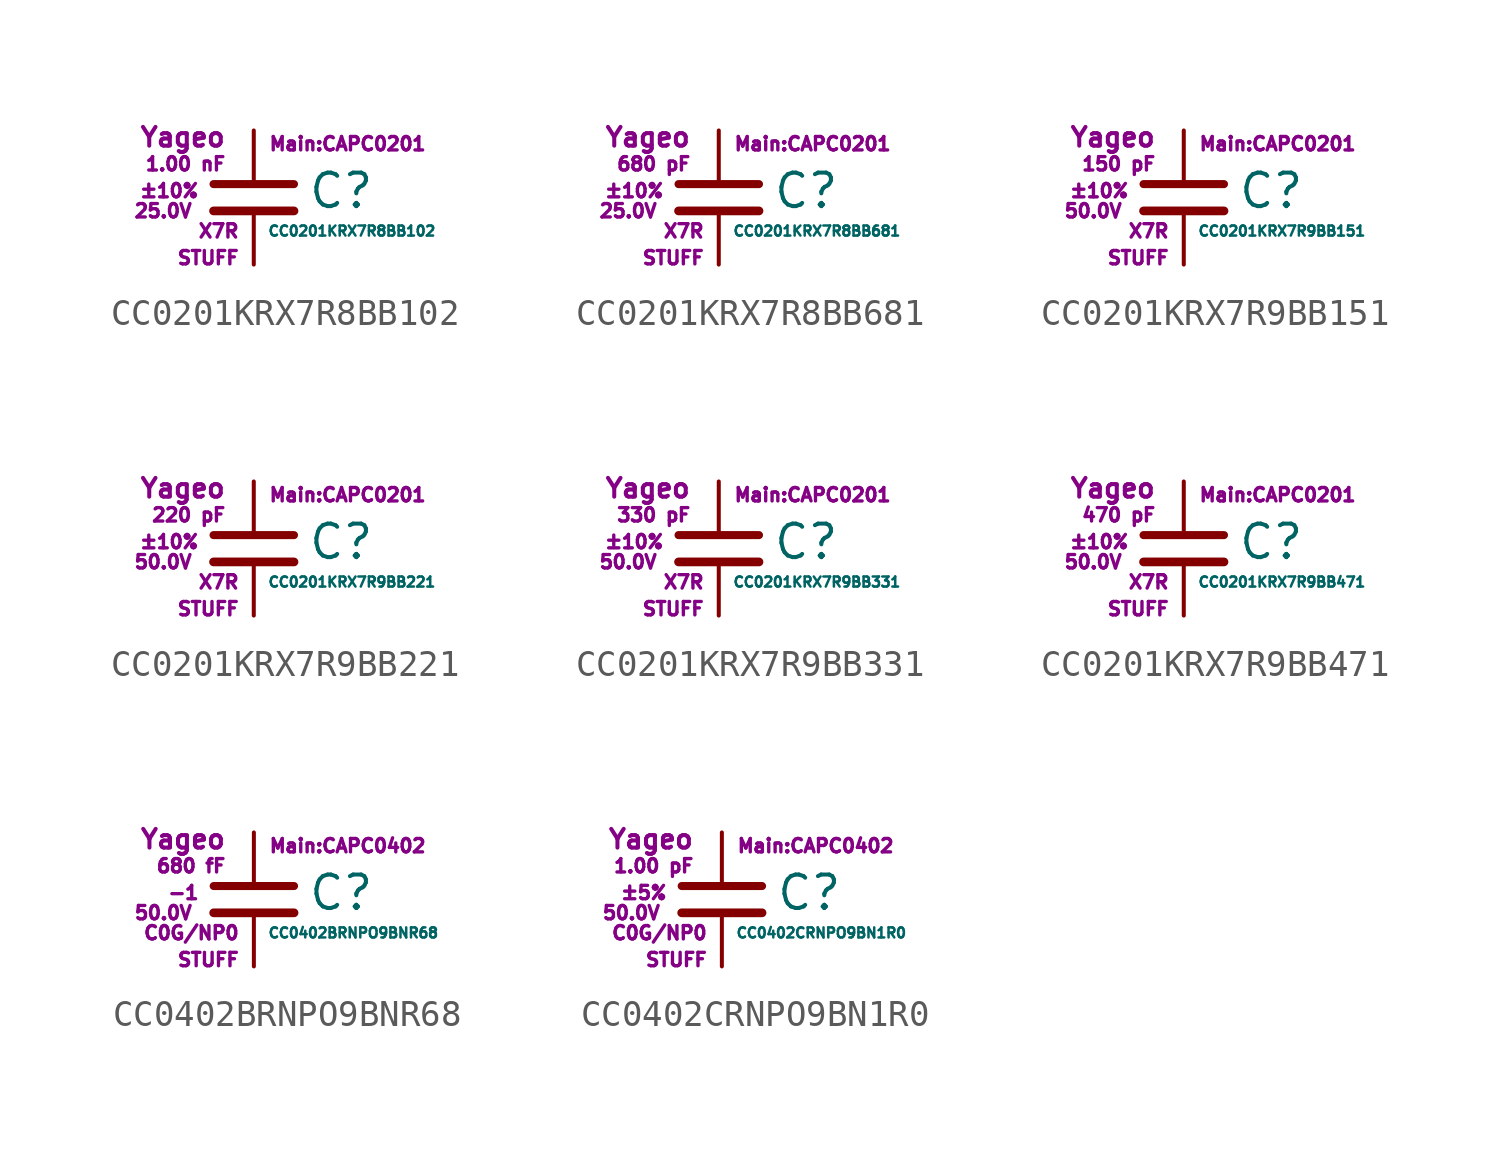
<source format=kicad_sym>
(kicad_symbol_lib
  (version 20211014)
  (generator kicad_symbol_editor)
  (symbol "CC0201KRX7R8BB102"
    (pin_numbers hide)
    (pin_names
      (offset 0.254) hide)
    (property "Reference" "C"
      (at 2.032 0.254 0)
      (effects (font (size 1.27 1.27)) (justify left)))
    (property "Value" "CC0201KRX7R8BB102"
      (at 0.508 -1.27 0)
      (effects (font (size 0.381 0.381)) (justify left)))
    (property "Footprint" "Main:CAPC0201"
      (at 3.556 2.032 0)
      (effects (font (size 0.508 0.508))))
    (property "Datasheet" ""
      (at 0.762 0.508 0)
      (effects (font (size 1.27 1.27))))
    (property "Manufacturer" "Yageo"
      (at -1.016 2.286 0)
      (effects (font (size 0.711 0.711)) (justify right)))
    (property "SKU" "STUFF"
      (at -0.508 -2.286 0)
      (effects (font (size 0.508 0.508)) (justify right)))
    (property "C" "1.00 nF"
      (at -1.016 1.27 0)
      (effects (font (size 0.508 0.508)) (justify right)))
    (property "Tol" "±10%"
      (at -2.032 0.254 0)
      (effects (font (size 0.508 0.508)) (justify right)))
    (property "Vmax" "25.0V"
      (at -2.286 -0.508 0)
      (effects (font (size 0.508 0.508)) (justify right)))
    (property "Type" "X7R"
      (at -0.508 -1.27 0)
      (effects (font (size 0.508 0.508)) (justify right)))
    (symbol "CC0201KRX7R8BB102_0_1"
      (polyline (pts (xy -1.524 -0.508) (xy 1.524 -0.508)) (stroke (width 0.33) (type default) (color 0 0 0 0)) (fill (type none)))
      (polyline (pts (xy -1.524 0.508) (xy 1.524 0.508)) (stroke (width 0.305) (type default) (color 0 0 0 0)) (fill (type none))))
    (symbol "CC0201KRX7R8BB102_1_1"
      (pin passive line (at 0 2.54 270) (length 1.905) (name "~" (effects (font (size 1.016 1.016)))) (number "1" (effects (font (size 1.016 1.016)))))
      (pin passive line (at 0 -2.54 90) (length 2.032) (name "~" (effects (font (size 1.016 1.016)))) (number "2" (effects (font (size 1.016 1.016)))))))
  (symbol "CC0201KRX7R8BB681"
    (pin_numbers hide)
    (pin_names
      (offset 0.254) hide)
    (property "Reference" "C"
      (at 2.032 0.254 0)
      (effects (font (size 1.27 1.27)) (justify left)))
    (property "Value" "CC0201KRX7R8BB681"
      (at 0.508 -1.27 0)
      (effects (font (size 0.381 0.381)) (justify left)))
    (property "Footprint" "Main:CAPC0201"
      (at 3.556 2.032 0)
      (effects (font (size 0.508 0.508))))
    (property "Datasheet" ""
      (at 0.762 0.508 0)
      (effects (font (size 1.27 1.27))))
    (property "Manufacturer" "Yageo"
      (at -1.016 2.286 0)
      (effects (font (size 0.711 0.711)) (justify right)))
    (property "SKU" "STUFF"
      (at -0.508 -2.286 0)
      (effects (font (size 0.508 0.508)) (justify right)))
    (property "C" "680 pF"
      (at -1.016 1.27 0)
      (effects (font (size 0.508 0.508)) (justify right)))
    (property "Tol" "±10%"
      (at -2.032 0.254 0)
      (effects (font (size 0.508 0.508)) (justify right)))
    (property "Vmax" "25.0V"
      (at -2.286 -0.508 0)
      (effects (font (size 0.508 0.508)) (justify right)))
    (property "Type" "X7R"
      (at -0.508 -1.27 0)
      (effects (font (size 0.508 0.508)) (justify right)))
    (symbol "CC0201KRX7R8BB681_0_1"
      (polyline (pts (xy -1.524 -0.508) (xy 1.524 -0.508)) (stroke (width 0.33) (type default) (color 0 0 0 0)) (fill (type none)))
      (polyline (pts (xy -1.524 0.508) (xy 1.524 0.508)) (stroke (width 0.305) (type default) (color 0 0 0 0)) (fill (type none))))
    (symbol "CC0201KRX7R8BB681_1_1"
      (pin passive line (at 0 2.54 270) (length 1.905) (name "~" (effects (font (size 1.016 1.016)))) (number "1" (effects (font (size 1.016 1.016)))))
      (pin passive line (at 0 -2.54 90) (length 2.032) (name "~" (effects (font (size 1.016 1.016)))) (number "2" (effects (font (size 1.016 1.016)))))))
  (symbol "CC0201KRX7R9BB151"
    (pin_numbers hide)
    (pin_names
      (offset 0.254) hide)
    (property "Reference" "C"
      (at 2.032 0.254 0)
      (effects (font (size 1.27 1.27)) (justify left)))
    (property "Value" "CC0201KRX7R9BB151"
      (at 0.508 -1.27 0)
      (effects (font (size 0.381 0.381)) (justify left)))
    (property "Footprint" "Main:CAPC0201"
      (at 3.556 2.032 0)
      (effects (font (size 0.508 0.508))))
    (property "Datasheet" ""
      (at 0.762 0.508 0)
      (effects (font (size 1.27 1.27))))
    (property "Manufacturer" "Yageo"
      (at -1.016 2.286 0)
      (effects (font (size 0.711 0.711)) (justify right)))
    (property "SKU" "STUFF"
      (at -0.508 -2.286 0)
      (effects (font (size 0.508 0.508)) (justify right)))
    (property "C" "150 pF"
      (at -1.016 1.27 0)
      (effects (font (size 0.508 0.508)) (justify right)))
    (property "Tol" "±10%"
      (at -2.032 0.254 0)
      (effects (font (size 0.508 0.508)) (justify right)))
    (property "Vmax" "50.0V"
      (at -2.286 -0.508 0)
      (effects (font (size 0.508 0.508)) (justify right)))
    (property "Type" "X7R"
      (at -0.508 -1.27 0)
      (effects (font (size 0.508 0.508)) (justify right)))
    (symbol "CC0201KRX7R9BB151_0_1"
      (polyline (pts (xy -1.524 -0.508) (xy 1.524 -0.508)) (stroke (width 0.33) (type default) (color 0 0 0 0)) (fill (type none)))
      (polyline (pts (xy -1.524 0.508) (xy 1.524 0.508)) (stroke (width 0.305) (type default) (color 0 0 0 0)) (fill (type none))))
    (symbol "CC0201KRX7R9BB151_1_1"
      (pin passive line (at 0 2.54 270) (length 1.905) (name "~" (effects (font (size 1.016 1.016)))) (number "1" (effects (font (size 1.016 1.016)))))
      (pin passive line (at 0 -2.54 90) (length 2.032) (name "~" (effects (font (size 1.016 1.016)))) (number "2" (effects (font (size 1.016 1.016)))))))
  (symbol "CC0201KRX7R9BB221"
    (pin_numbers hide)
    (pin_names
      (offset 0.254) hide)
    (property "Reference" "C"
      (at 2.032 0.254 0)
      (effects (font (size 1.27 1.27)) (justify left)))
    (property "Value" "CC0201KRX7R9BB221"
      (at 0.508 -1.27 0)
      (effects (font (size 0.381 0.381)) (justify left)))
    (property "Footprint" "Main:CAPC0201"
      (at 3.556 2.032 0)
      (effects (font (size 0.508 0.508))))
    (property "Datasheet" ""
      (at 0.762 0.508 0)
      (effects (font (size 1.27 1.27))))
    (property "Manufacturer" "Yageo"
      (at -1.016 2.286 0)
      (effects (font (size 0.711 0.711)) (justify right)))
    (property "SKU" "STUFF"
      (at -0.508 -2.286 0)
      (effects (font (size 0.508 0.508)) (justify right)))
    (property "C" "220 pF"
      (at -1.016 1.27 0)
      (effects (font (size 0.508 0.508)) (justify right)))
    (property "Tol" "±10%"
      (at -2.032 0.254 0)
      (effects (font (size 0.508 0.508)) (justify right)))
    (property "Vmax" "50.0V"
      (at -2.286 -0.508 0)
      (effects (font (size 0.508 0.508)) (justify right)))
    (property "Type" "X7R"
      (at -0.508 -1.27 0)
      (effects (font (size 0.508 0.508)) (justify right)))
    (symbol "CC0201KRX7R9BB221_0_1"
      (polyline (pts (xy -1.524 -0.508) (xy 1.524 -0.508)) (stroke (width 0.33) (type default) (color 0 0 0 0)) (fill (type none)))
      (polyline (pts (xy -1.524 0.508) (xy 1.524 0.508)) (stroke (width 0.305) (type default) (color 0 0 0 0)) (fill (type none))))
    (symbol "CC0201KRX7R9BB221_1_1"
      (pin passive line (at 0 2.54 270) (length 1.905) (name "~" (effects (font (size 1.016 1.016)))) (number "1" (effects (font (size 1.016 1.016)))))
      (pin passive line (at 0 -2.54 90) (length 2.032) (name "~" (effects (font (size 1.016 1.016)))) (number "2" (effects (font (size 1.016 1.016)))))))
  (symbol "CC0201KRX7R9BB331"
    (pin_numbers hide)
    (pin_names
      (offset 0.254) hide)
    (property "Reference" "C"
      (at 2.032 0.254 0)
      (effects (font (size 1.27 1.27)) (justify left)))
    (property "Value" "CC0201KRX7R9BB331"
      (at 0.508 -1.27 0)
      (effects (font (size 0.381 0.381)) (justify left)))
    (property "Footprint" "Main:CAPC0201"
      (at 3.556 2.032 0)
      (effects (font (size 0.508 0.508))))
    (property "Datasheet" ""
      (at 0.762 0.508 0)
      (effects (font (size 1.27 1.27))))
    (property "Manufacturer" "Yageo"
      (at -1.016 2.286 0)
      (effects (font (size 0.711 0.711)) (justify right)))
    (property "SKU" "STUFF"
      (at -0.508 -2.286 0)
      (effects (font (size 0.508 0.508)) (justify right)))
    (property "C" "330 pF"
      (at -1.016 1.27 0)
      (effects (font (size 0.508 0.508)) (justify right)))
    (property "Tol" "±10%"
      (at -2.032 0.254 0)
      (effects (font (size 0.508 0.508)) (justify right)))
    (property "Vmax" "50.0V"
      (at -2.286 -0.508 0)
      (effects (font (size 0.508 0.508)) (justify right)))
    (property "Type" "X7R"
      (at -0.508 -1.27 0)
      (effects (font (size 0.508 0.508)) (justify right)))
    (symbol "CC0201KRX7R9BB331_0_1"
      (polyline (pts (xy -1.524 -0.508) (xy 1.524 -0.508)) (stroke (width 0.33) (type default) (color 0 0 0 0)) (fill (type none)))
      (polyline (pts (xy -1.524 0.508) (xy 1.524 0.508)) (stroke (width 0.305) (type default) (color 0 0 0 0)) (fill (type none))))
    (symbol "CC0201KRX7R9BB331_1_1"
      (pin passive line (at 0 2.54 270) (length 1.905) (name "~" (effects (font (size 1.016 1.016)))) (number "1" (effects (font (size 1.016 1.016)))))
      (pin passive line (at 0 -2.54 90) (length 2.032) (name "~" (effects (font (size 1.016 1.016)))) (number "2" (effects (font (size 1.016 1.016)))))))
  (symbol "CC0201KRX7R9BB471"
    (pin_numbers hide)
    (pin_names
      (offset 0.254) hide)
    (property "Reference" "C"
      (at 2.032 0.254 0)
      (effects (font (size 1.27 1.27)) (justify left)))
    (property "Value" "CC0201KRX7R9BB471"
      (at 0.508 -1.27 0)
      (effects (font (size 0.381 0.381)) (justify left)))
    (property "Footprint" "Main:CAPC0201"
      (at 3.556 2.032 0)
      (effects (font (size 0.508 0.508))))
    (property "Datasheet" ""
      (at 0.762 0.508 0)
      (effects (font (size 1.27 1.27))))
    (property "Manufacturer" "Yageo"
      (at -1.016 2.286 0)
      (effects (font (size 0.711 0.711)) (justify right)))
    (property "SKU" "STUFF"
      (at -0.508 -2.286 0)
      (effects (font (size 0.508 0.508)) (justify right)))
    (property "C" "470 pF"
      (at -1.016 1.27 0)
      (effects (font (size 0.508 0.508)) (justify right)))
    (property "Tol" "±10%"
      (at -2.032 0.254 0)
      (effects (font (size 0.508 0.508)) (justify right)))
    (property "Vmax" "50.0V"
      (at -2.286 -0.508 0)
      (effects (font (size 0.508 0.508)) (justify right)))
    (property "Type" "X7R"
      (at -0.508 -1.27 0)
      (effects (font (size 0.508 0.508)) (justify right)))
    (symbol "CC0201KRX7R9BB471_0_1"
      (polyline (pts (xy -1.524 -0.508) (xy 1.524 -0.508)) (stroke (width 0.33) (type default) (color 0 0 0 0)) (fill (type none)))
      (polyline (pts (xy -1.524 0.508) (xy 1.524 0.508)) (stroke (width 0.305) (type default) (color 0 0 0 0)) (fill (type none))))
    (symbol "CC0201KRX7R9BB471_1_1"
      (pin passive line (at 0 2.54 270) (length 1.905) (name "~" (effects (font (size 1.016 1.016)))) (number "1" (effects (font (size 1.016 1.016)))))
      (pin passive line (at 0 -2.54 90) (length 2.032) (name "~" (effects (font (size 1.016 1.016)))) (number "2" (effects (font (size 1.016 1.016)))))))
  (symbol "CC0402BRNPO9BNR68"
    (pin_numbers hide)
    (pin_names
      (offset 0.254) hide)
    (property "Reference" "C"
      (at 2.032 0.254 0)
      (effects (font (size 1.27 1.27)) (justify left)))
    (property "Value" "CC0402BRNPO9BNR68"
      (at 0.508 -1.27 0)
      (effects (font (size 0.381 0.381)) (justify left)))
    (property "Footprint" "Main:CAPC0402"
      (at 3.556 2.032 0)
      (effects (font (size 0.508 0.508))))
    (property "Datasheet" ""
      (at 0.762 0.508 0)
      (effects (font (size 1.27 1.27))))
    (property "Manufacturer" "Yageo"
      (at -1.016 2.286 0)
      (effects (font (size 0.711 0.711)) (justify right)))
    (property "SKU" "STUFF"
      (at -0.508 -2.286 0)
      (effects (font (size 0.508 0.508)) (justify right)))
    (property "C" "680 fF"
      (at -1.016 1.27 0)
      (effects (font (size 0.508 0.508)) (justify right)))
    (property "Tol" "-1"
      (at -2.032 0.254 0)
      (effects (font (size 0.508 0.508)) (justify right)))
    (property "Vmax" "50.0V"
      (at -2.286 -0.508 0)
      (effects (font (size 0.508 0.508)) (justify right)))
    (property "Type" "C0G/NP0"
      (at -0.508 -1.27 0)
      (effects (font (size 0.508 0.508)) (justify right)))
    (symbol "CC0402BRNPO9BNR68_0_1"
      (polyline (pts (xy -1.524 -0.508) (xy 1.524 -0.508)) (stroke (width 0.33) (type default) (color 0 0 0 0)) (fill (type none)))
      (polyline (pts (xy -1.524 0.508) (xy 1.524 0.508)) (stroke (width 0.305) (type default) (color 0 0 0 0)) (fill (type none))))
    (symbol "CC0402BRNPO9BNR68_1_1"
      (pin passive line (at 0 2.54 270) (length 1.905) (name "~" (effects (font (size 1.016 1.016)))) (number "1" (effects (font (size 1.016 1.016)))))
      (pin passive line (at 0 -2.54 90) (length 2.032) (name "~" (effects (font (size 1.016 1.016)))) (number "2" (effects (font (size 1.016 1.016)))))))
  (symbol "CC0402CRNPO9BN1R0"
    (pin_numbers hide)
    (pin_names
      (offset 0.254) hide)
    (property "Reference" "C"
      (at 2.032 0.254 0)
      (effects (font (size 1.27 1.27)) (justify left)))
    (property "Value" "CC0402CRNPO9BN1R0"
      (at 0.508 -1.27 0)
      (effects (font (size 0.381 0.381)) (justify left)))
    (property "Footprint" "Main:CAPC0402"
      (at 3.556 2.032 0)
      (effects (font (size 0.508 0.508))))
    (property "Datasheet" ""
      (at 0.762 0.508 0)
      (effects (font (size 1.27 1.27))))
    (property "Manufacturer" "Yageo"
      (at -1.016 2.286 0)
      (effects (font (size 0.711 0.711)) (justify right)))
    (property "SKU" "STUFF"
      (at -0.508 -2.286 0)
      (effects (font (size 0.508 0.508)) (justify right)))
    (property "C" "1.00 pF"
      (at -1.016 1.27 0)
      (effects (font (size 0.508 0.508)) (justify right)))
    (property "Tol" "±5%"
      (at -2.032 0.254 0)
      (effects (font (size 0.508 0.508)) (justify right)))
    (property "Vmax" "50.0V"
      (at -2.286 -0.508 0)
      (effects (font (size 0.508 0.508)) (justify right)))
    (property "Type" "C0G/NP0"
      (at -0.508 -1.27 0)
      (effects (font (size 0.508 0.508)) (justify right)))
    (symbol "CC0402CRNPO9BN1R0_0_1"
      (polyline (pts (xy -1.524 -0.508) (xy 1.524 -0.508)) (stroke (width 0.33) (type default) (color 0 0 0 0)) (fill (type none)))
      (polyline (pts (xy -1.524 0.508) (xy 1.524 0.508)) (stroke (width 0.305) (type default) (color 0 0 0 0)) (fill (type none))))
    (symbol "CC0402CRNPO9BN1R0_1_1"
      (pin passive line (at 0 2.54 270) (length 1.905) (name "~" (effects (font (size 1.016 1.016)))) (number "1" (effects (font (size 1.016 1.016)))))
      (pin passive line (at 0 -2.54 90) (length 2.032) (name "~" (effects (font (size 1.016 1.016)))) (number "2" (effects (font (size 1.016 1.016))))))))
</source>
